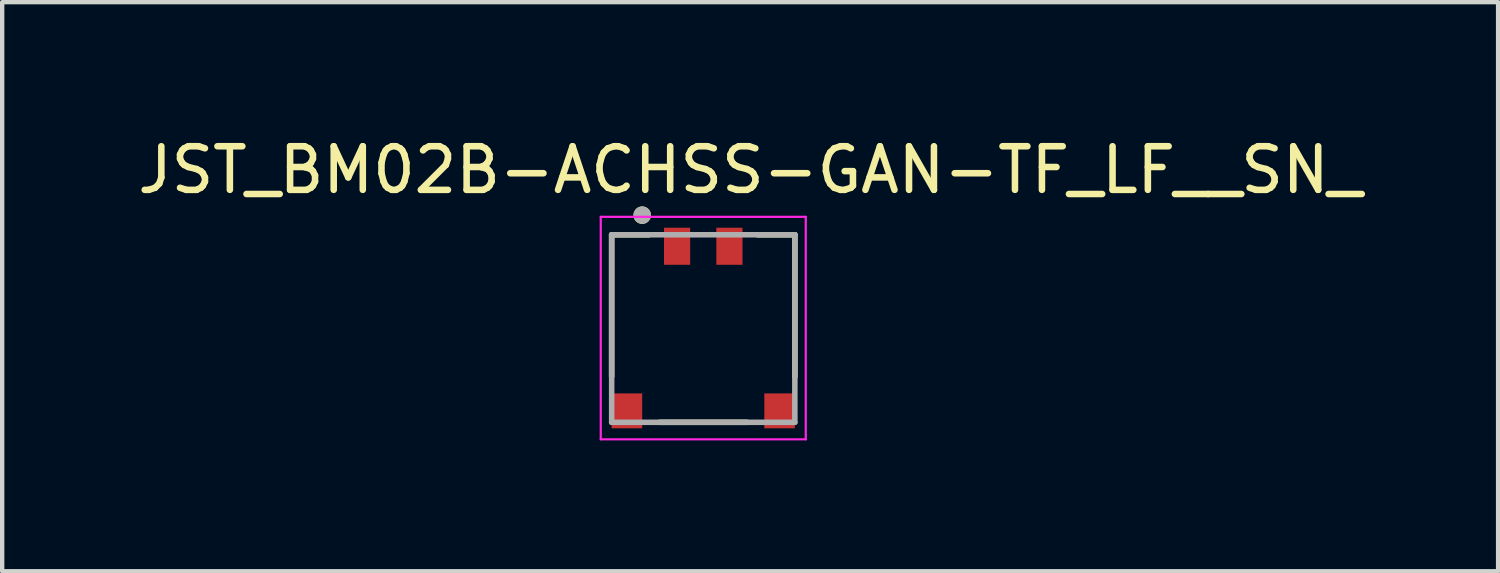
<source format=kicad_pcb>
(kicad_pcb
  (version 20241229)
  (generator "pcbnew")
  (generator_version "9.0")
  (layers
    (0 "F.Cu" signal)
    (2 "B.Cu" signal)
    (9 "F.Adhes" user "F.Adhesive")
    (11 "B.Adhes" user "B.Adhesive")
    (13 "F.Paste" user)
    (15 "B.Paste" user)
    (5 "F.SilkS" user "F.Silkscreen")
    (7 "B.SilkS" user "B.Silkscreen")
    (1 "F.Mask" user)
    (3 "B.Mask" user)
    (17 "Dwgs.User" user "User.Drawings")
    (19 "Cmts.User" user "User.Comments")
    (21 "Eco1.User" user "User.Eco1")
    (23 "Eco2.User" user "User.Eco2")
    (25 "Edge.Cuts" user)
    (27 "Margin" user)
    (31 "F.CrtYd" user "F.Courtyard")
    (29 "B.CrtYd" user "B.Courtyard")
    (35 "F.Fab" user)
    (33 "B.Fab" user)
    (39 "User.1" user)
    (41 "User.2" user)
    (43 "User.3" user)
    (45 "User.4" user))
  (footprint "JST_BM02B-ACHSS-GAN-TF_LF__SN_"
    (layer "F.Cu")
    (at 13.074 4.483)
    (property "Reference" "JST_BM02B-ACHSS-GAN-TF_LF__SN_" (at 1.075 -3.635 0) (layer "F.SilkS") (effects (font (size 1 1) (thickness 0.15))))
    (attr smd)
    (fp_line (start -2.1 -2.15) (end -2.1 1.1) (stroke (width 0.127) (type solid)) (layer "F.SilkS"))
    (fp_line (start -1.25 -2.15) (end -2.1 -2.15) (stroke (width 0.127) (type solid)) (layer "F.SilkS"))
    (fp_line (start -1 2.15) (end 1 2.15) (stroke (width 0.127) (type solid)) (layer "F.SilkS"))
    (fp_line (start 1.25 -2.15) (end 2.1 -2.15) (stroke (width 0.127) (type solid)) (layer "F.SilkS"))
    (fp_line (start 2.1 -2.15) (end 2.1 1.1) (stroke (width 0.127) (type solid)) (layer "F.SilkS"))
    (fp_circle (center -1.4 -2.6) (end -1.3 -2.6) (stroke (width 0.2) (type solid)) (fill no) (layer "F.SilkS"))
    (fp_line (start -2.35 -2.562) (end 2.35 -2.562) (stroke (width 0.05) (type solid)) (layer "F.CrtYd"))
    (fp_line (start -2.35 2.54) (end -2.35 -2.562) (stroke (width 0.05) (type solid)) (layer "F.CrtYd"))
    (fp_line (start 2.35 -2.562) (end 2.35 2.54) (stroke (width 0.05) (type solid)) (layer "F.CrtYd"))
    (fp_line (start 2.35 2.54) (end -2.35 2.54) (stroke (width 0.05) (type solid)) (layer "F.CrtYd"))
    (fp_line (start -2.1 -2.15) (end 2.1 -2.15) (stroke (width 0.127) (type solid)) (layer "F.Fab"))
    (fp_line (start -2.1 2.15) (end -2.1 -2.15) (stroke (width 0.127) (type solid)) (layer "F.Fab"))
    (fp_line (start 2.1 -2.15) (end 2.1 2.15) (stroke (width 0.127) (type solid)) (layer "F.Fab"))
    (fp_line (start 2.1 2.15) (end -2.1 2.15) (stroke (width 0.127) (type solid)) (layer "F.Fab"))
    (fp_circle (center -1.4 -2.6) (end -1.3 -2.6) (stroke (width 0.2) (type solid)) (fill no) (layer "F.Fab"))
    (pad "1" smd rect (at -0.6 -1.887) (size 0.6 0.85) (layers "F.Cu" "F.Mask" "F.Paste"))
    (pad "2" smd rect (at 0.6 -1.887) (size 0.6 0.85) (layers "F.Cu" "F.Mask" "F.Paste"))
    (pad "S1" smd rect (at -1.75 1.887) (size 0.7 0.8) (layers "F.Cu" "F.Mask" "F.Paste"))
    (pad "S2" smd rect (at 1.75 1.887) (size 0.7 0.8) (layers "F.Cu" "F.Mask" "F.Paste")))
  (gr_rect
    (start -3 -3)
    (end 31.298 10.048)
    (stroke (width 0.1) (type default))
    (fill no)
    (layer "Edge.Cuts")))
</source>
